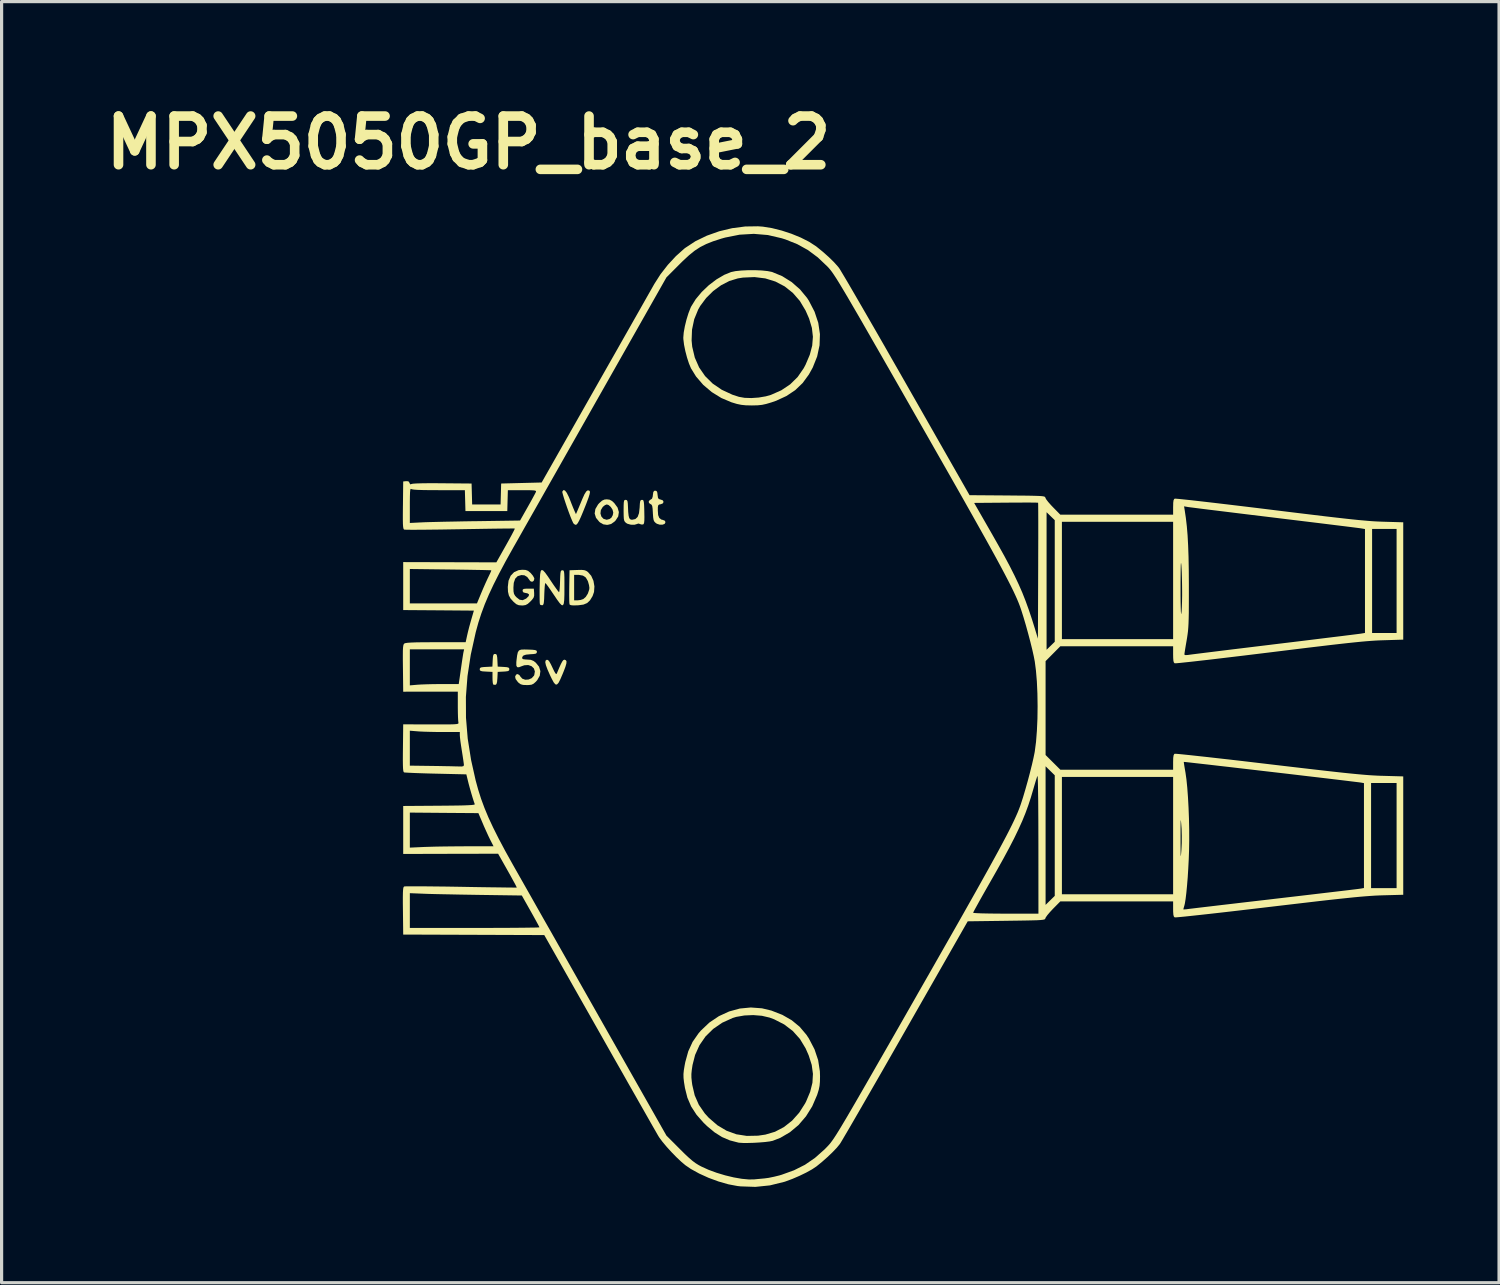
<source format=kicad_pcb>
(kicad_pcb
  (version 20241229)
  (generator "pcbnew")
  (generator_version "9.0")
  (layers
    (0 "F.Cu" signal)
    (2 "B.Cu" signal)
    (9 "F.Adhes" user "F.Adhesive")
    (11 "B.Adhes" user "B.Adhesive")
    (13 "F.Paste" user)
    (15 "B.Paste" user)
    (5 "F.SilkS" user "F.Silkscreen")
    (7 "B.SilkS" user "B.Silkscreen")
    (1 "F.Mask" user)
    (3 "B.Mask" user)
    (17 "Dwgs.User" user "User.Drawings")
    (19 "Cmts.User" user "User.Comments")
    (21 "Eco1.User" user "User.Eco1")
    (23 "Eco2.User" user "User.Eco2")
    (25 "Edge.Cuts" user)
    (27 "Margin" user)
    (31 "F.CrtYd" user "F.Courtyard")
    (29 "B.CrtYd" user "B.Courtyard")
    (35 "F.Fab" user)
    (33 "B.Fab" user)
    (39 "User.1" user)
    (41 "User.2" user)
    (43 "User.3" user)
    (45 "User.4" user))
  (footprint "MPX5050GP_base_2"
    (layer "F.Cu")
    (at 24.319 19.198)
    (property "Reference" "MPX5050GP_base_2" (at -12.7 -17.78 0) (layer "F.SilkS") (effects (font (size 1.524 1.524) (thickness 0.3))))
    (attr board_only exclude_from_pos_files exclude_from_bom)
    (fp_poly (pts (xy -9.69 -1.592) (xy -9.649 -1.574) (xy -9.631 -1.537) (xy -9.637 -1.471) (xy -9.667 -1.367) (xy -9.724 -1.218) (xy -9.752 -1.149) (xy -9.825 -0.979) (xy -9.883 -0.867) (xy -9.933 -0.815) (xy -9.981 -0.821) (xy -10.034 -0.884) (xy -10.098 -1.004) (xy -10.148 -1.108) (xy -10.228 -1.289) (xy -10.277 -1.421) (xy -10.296 -1.511) (xy -10.287 -1.565) (xy -10.251 -1.59) (xy -10.247 -1.591) (xy -10.211 -1.583) (xy -10.172 -1.539) (xy -10.121 -1.449) (xy -10.075 -1.352) (xy -10.018 -1.233) (xy -9.979 -1.166) (xy -9.954 -1.143) (xy -9.936 -1.158) (xy -9.933 -1.166) (xy -9.861 -1.338) (xy -9.807 -1.458) (xy -9.766 -1.535) (xy -9.734 -1.577) (xy -9.707 -1.592)) (stroke (width 0) (type solid)) (fill yes) (layer "F.SilkS"))
    (fp_poly (pts (xy -11.834 -1.766) (xy -11.813 -1.733) (xy -11.801 -1.662) (xy -11.796 -1.575) (xy -11.786 -1.377) (xy -11.604 -1.367) (xy -11.5 -1.359) (xy -11.445 -1.344) (xy -11.424 -1.316) (xy -11.422 -1.294) (xy -11.43 -1.257) (xy -11.465 -1.236) (xy -11.541 -1.225) (xy -11.604 -1.221) (xy -11.786 -1.211) (xy -11.796 -1.013) (xy -11.806 -0.895) (xy -11.825 -0.83) (xy -11.855 -0.806) (xy -11.855 -0.806) (xy -11.912 -0.81) (xy -11.927 -0.819) (xy -11.939 -0.861) (xy -11.947 -0.946) (xy -11.949 -1.026) (xy -11.949 -1.211) (xy -12.149 -1.221) (xy -12.259 -1.228) (xy -12.319 -1.241) (xy -12.344 -1.265) (xy -12.349 -1.294) (xy -12.341 -1.33) (xy -12.309 -1.351) (xy -12.237 -1.362) (xy -12.15 -1.367) (xy -11.952 -1.377) (xy -11.943 -1.575) (xy -11.935 -1.685) (xy -11.922 -1.745) (xy -11.898 -1.769) (xy -11.869 -1.773)) (stroke (width 0) (type solid)) (fill yes) (layer "F.SilkS"))
    (fp_poly (pts (xy -8.283 -6.603) (xy -8.207 -6.562) (xy -8.136 -6.496) (xy -8.033 -6.356) (xy -7.992 -6.215) (xy -8.013 -6.078) (xy -8.096 -5.95) (xy -8.135 -5.912) (xy -8.236 -5.842) (xy -8.339 -5.816) (xy -8.371 -5.815) (xy -8.48 -5.831) (xy -8.579 -5.888) (xy -8.607 -5.912) (xy -8.709 -6.036) (xy -8.75 -6.171) (xy -8.75 -6.171) (xy -8.569 -6.171) (xy -8.54 -6.075) (xy -8.474 -6.004) (xy -8.377 -5.975) (xy -8.371 -5.975) (xy -8.284 -5.998) (xy -8.227 -6.039) (xy -8.183 -6.119) (xy -8.168 -6.199) (xy -8.19 -6.289) (xy -8.245 -6.375) (xy -8.315 -6.436) (xy -8.371 -6.454) (xy -8.428 -6.432) (xy -8.494 -6.379) (xy -8.498 -6.374) (xy -8.557 -6.276) (xy -8.569 -6.171) (xy -8.75 -6.171) (xy -8.728 -6.311) (xy -8.645 -6.452) (xy -8.606 -6.496) (xy -8.521 -6.572) (xy -8.445 -6.607) (xy -8.371 -6.614)) (stroke (width 0) (type solid)) (fill yes) (layer "F.SilkS"))
    (fp_poly (pts (xy -9.68 -6.89) (xy -9.623 -6.817) (xy -9.559 -6.689) (xy -9.528 -6.613) (xy -9.476 -6.479) (xy -9.427 -6.357) (xy -9.389 -6.267) (xy -9.38 -6.246) (xy -9.336 -6.15) (xy -9.288 -6.262) (xy -9.253 -6.345) (xy -9.203 -6.465) (xy -9.148 -6.597) (xy -9.137 -6.624) (xy -9.07 -6.772) (xy -9.013 -6.862) (xy -8.964 -6.897) (xy -8.916 -6.883) (xy -8.906 -6.874) (xy -8.897 -6.84) (xy -8.91 -6.771) (xy -8.945 -6.659) (xy -9.005 -6.498) (xy -9.025 -6.446) (xy -9.112 -6.229) (xy -9.181 -6.064) (xy -9.235 -5.948) (xy -9.278 -5.871) (xy -9.312 -5.829) (xy -9.341 -5.815) (xy -9.345 -5.815) (xy -9.396 -5.84) (xy -9.422 -5.873) (xy -9.459 -5.953) (xy -9.507 -6.069) (xy -9.56 -6.21) (xy -9.615 -6.363) (xy -9.667 -6.515) (xy -9.712 -6.653) (xy -9.745 -6.765) (xy -9.763 -6.837) (xy -9.763 -6.857) (xy -9.727 -6.904)) (stroke (width 0) (type solid)) (fill yes) (layer "F.SilkS"))
    (fp_poly (pts (xy -9.078 -4.397) (xy -9.017 -4.376) (xy -8.964 -4.341) (xy -8.858 -4.22) (xy -8.788 -4.063) (xy -8.758 -3.888) (xy -8.77 -3.714) (xy -8.815 -3.585) (xy -8.896 -3.452) (xy -8.985 -3.367) (xy -9.1 -3.319) (xy -9.257 -3.297) (xy -9.283 -3.296) (xy -9.413 -3.292) (xy -9.492 -3.299) (xy -9.531 -3.317) (xy -9.537 -3.329) (xy -9.543 -3.375) (xy -9.546 -3.451) (xy -9.393 -3.451) (xy -9.289 -3.451) (xy -9.188 -3.464) (xy -9.106 -3.492) (xy -9.028 -3.56) (xy -8.962 -3.666) (xy -8.922 -3.786) (xy -8.915 -3.841) (xy -8.927 -3.927) (xy -8.956 -4.032) (xy -8.966 -4.059) (xy -9.028 -4.166) (xy -9.117 -4.226) (xy -9.246 -4.249) (xy -9.283 -4.249) (xy -9.393 -4.249) (xy -9.393 -3.451) (xy -9.546 -3.451) (xy -9.546 -3.472) (xy -9.548 -3.61) (xy -9.547 -3.776) (xy -9.546 -3.883) (xy -9.537 -4.393) (xy -9.295 -4.402) (xy -9.165 -4.405)) (stroke (width 0) (type solid)) (fill yes) (layer "F.SilkS"))
    (fp_poly (pts (xy -6.811 -6.873) (xy -6.789 -6.827) (xy -6.78 -6.751) (xy -6.768 -6.665) (xy -6.743 -6.624) (xy -6.691 -6.608) (xy -6.684 -6.608) (xy -6.614 -6.58) (xy -6.593 -6.531) (xy -6.62 -6.484) (xy -6.685 -6.46) (xy -6.735 -6.45) (xy -6.761 -6.425) (xy -6.772 -6.368) (xy -6.773 -6.266) (xy -6.763 -6.122) (xy -6.727 -6.03) (xy -6.663 -5.981) (xy -6.614 -5.969) (xy -6.549 -5.941) (xy -6.534 -5.895) (xy -6.56 -5.845) (xy -6.627 -5.82) (xy -6.714 -5.821) (xy -6.801 -5.849) (xy -6.839 -5.874) (xy -6.879 -5.913) (xy -6.904 -5.964) (xy -6.918 -6.043) (xy -6.927 -6.166) (xy -6.928 -6.192) (xy -6.936 -6.322) (xy -6.948 -6.402) (xy -6.967 -6.444) (xy -6.996 -6.463) (xy -7 -6.464) (xy -7.051 -6.501) (xy -7.056 -6.555) (xy -7.015 -6.598) (xy -6.999 -6.604) (xy -6.955 -6.634) (xy -6.932 -6.704) (xy -6.927 -6.753) (xy -6.915 -6.839) (xy -6.889 -6.878) (xy -6.853 -6.885)) (stroke (width 0) (type solid)) (fill yes) (layer "F.SilkS"))
    (fp_poly (pts (xy -7.241 -6.593) (xy -7.223 -6.574) (xy -7.211 -6.528) (xy -7.203 -6.446) (xy -7.198 -6.316) (xy -7.196 -6.222) (xy -7.193 -6.057) (xy -7.195 -5.946) (xy -7.203 -5.877) (xy -7.217 -5.841) (xy -7.236 -5.827) (xy -7.302 -5.828) (xy -7.326 -5.841) (xy -7.388 -5.857) (xy -7.413 -5.845) (xy -7.504 -5.818) (xy -7.619 -5.82) (xy -7.726 -5.85) (xy -7.768 -5.876) (xy -7.802 -5.908) (xy -7.824 -5.946) (xy -7.837 -6.006) (xy -7.842 -6.099) (xy -7.844 -6.24) (xy -7.844 -6.267) (xy -7.843 -6.416) (xy -7.839 -6.511) (xy -7.83 -6.566) (xy -7.813 -6.591) (xy -7.786 -6.598) (xy -7.78 -6.598) (xy -7.745 -6.59) (xy -7.724 -6.56) (xy -7.713 -6.491) (xy -7.708 -6.39) (xy -7.7 -6.219) (xy -7.687 -6.101) (xy -7.668 -6.028) (xy -7.639 -5.99) (xy -7.597 -5.976) (xy -7.576 -5.975) (xy -7.476 -5.996) (xy -7.405 -6.063) (xy -7.362 -6.181) (xy -7.342 -6.355) (xy -7.342 -6.358) (xy -7.335 -6.481) (xy -7.325 -6.553) (xy -7.307 -6.587) (xy -7.277 -6.597) (xy -7.269 -6.598)) (stroke (width 0) (type solid)) (fill yes) (layer "F.SilkS"))
    (fp_poly (pts (xy -10.911 -4.403) (xy -10.836 -4.375) (xy -10.762 -4.314) (xy -10.748 -4.3) (xy -10.683 -4.222) (xy -10.644 -4.149) (xy -10.639 -4.124) (xy -10.661 -4.059) (xy -10.71 -4.032) (xy -10.763 -4.051) (xy -10.781 -4.073) (xy -10.861 -4.182) (xy -10.948 -4.235) (xy -11.045 -4.243) (xy -11.161 -4.209) (xy -11.239 -4.129) (xy -11.283 -3.999) (xy -11.294 -3.85) (xy -11.291 -3.732) (xy -11.276 -3.655) (xy -11.242 -3.596) (xy -11.2 -3.549) (xy -11.101 -3.471) (xy -11.004 -3.456) (xy -10.902 -3.503) (xy -10.883 -3.517) (xy -10.815 -3.587) (xy -10.806 -3.64) (xy -10.857 -3.672) (xy -10.903 -3.68) (xy -10.978 -3.698) (xy -11.005 -3.737) (xy -11.007 -3.754) (xy -10.999 -3.791) (xy -10.966 -3.81) (xy -10.893 -3.817) (xy -10.831 -3.818) (xy -10.655 -3.818) (xy -10.645 -3.68) (xy -10.645 -3.595) (xy -10.665 -3.53) (xy -10.717 -3.463) (xy -10.761 -3.417) (xy -10.844 -3.341) (xy -10.914 -3.304) (xy -10.996 -3.291) (xy -11.03 -3.291) (xy -11.127 -3.299) (xy -11.203 -3.331) (xy -11.285 -3.4) (xy -11.291 -3.406) (xy -11.383 -3.507) (xy -11.437 -3.605) (xy -11.464 -3.722) (xy -11.47 -3.87) (xy -11.447 -4.066) (xy -11.38 -4.222) (xy -11.273 -4.334) (xy -11.131 -4.397) (xy -11.017 -4.409)) (stroke (width 0) (type solid)) (fill yes) (layer "F.SilkS"))
    (fp_poly (pts (xy -10.365 -4.388) (xy -10.301 -4.319) (xy -10.213 -4.197) (xy -10.122 -4.06) (xy -10.034 -3.93) (xy -9.957 -3.821) (xy -9.9 -3.744) (xy -9.868 -3.708) (xy -9.866 -3.707) (xy -9.855 -3.736) (xy -9.846 -3.817) (xy -9.838 -3.935) (xy -9.834 -4.05) (xy -9.829 -4.201) (xy -9.822 -4.301) (xy -9.812 -4.358) (xy -9.795 -4.385) (xy -9.769 -4.393) (xy -9.761 -4.393) (xy -9.737 -4.39) (xy -9.721 -4.376) (xy -9.709 -4.341) (xy -9.702 -4.276) (xy -9.698 -4.173) (xy -9.697 -4.023) (xy -9.697 -3.85) (xy -9.698 -3.622) (xy -9.704 -3.455) (xy -9.718 -3.348) (xy -9.744 -3.298) (xy -9.786 -3.304) (xy -9.845 -3.363) (xy -9.927 -3.474) (xy -10.034 -3.633) (xy -10.039 -3.639) (xy -10.127 -3.77) (xy -10.203 -3.879) (xy -10.26 -3.956) (xy -10.292 -3.992) (xy -10.295 -3.993) (xy -10.305 -3.963) (xy -10.314 -3.883) (xy -10.322 -3.765) (xy -10.327 -3.651) (xy -10.332 -3.497) (xy -10.34 -3.395) (xy -10.351 -3.336) (xy -10.37 -3.306) (xy -10.392 -3.297) (xy -10.447 -3.308) (xy -10.464 -3.33) (xy -10.47 -3.375) (xy -10.473 -3.473) (xy -10.474 -3.61) (xy -10.474 -3.776) (xy -10.472 -3.883) (xy -10.467 -4.104) (xy -10.458 -4.263) (xy -10.44 -4.362) (xy -10.41 -4.403)) (stroke (width 0) (type solid)) (fill yes) (layer "F.SilkS"))
    (fp_poly (pts (xy -10.839 -1.91) (xy -10.705 -1.905) (xy -10.622 -1.896) (xy -10.578 -1.882) (xy -10.561 -1.859) (xy -10.559 -1.837) (xy -10.567 -1.802) (xy -10.598 -1.781) (xy -10.667 -1.77) (xy -10.766 -1.764) (xy -10.899 -1.751) (xy -10.978 -1.725) (xy -11.016 -1.68) (xy -11.022 -1.637) (xy -10.992 -1.61) (xy -10.9 -1.598) (xy -10.864 -1.597) (xy -10.752 -1.589) (xy -10.668 -1.556) (xy -10.593 -1.499) (xy -10.492 -1.374) (xy -10.45 -1.236) (xy -10.469 -1.092) (xy -10.548 -0.953) (xy -10.59 -0.905) (xy -10.66 -0.843) (xy -10.724 -0.811) (xy -10.811 -0.8) (xy -10.878 -0.799) (xy -10.99 -0.803) (xy -11.064 -0.823) (xy -11.126 -0.866) (xy -11.155 -0.894) (xy -11.225 -0.988) (xy -11.241 -1.062) (xy -11.21 -1.127) (xy -11.158 -1.143) (xy -11.103 -1.107) (xy -11.082 -1.073) (xy -11.018 -1) (xy -10.925 -0.966) (xy -10.82 -0.972) (xy -10.723 -1.014) (xy -10.651 -1.092) (xy -10.641 -1.113) (xy -10.622 -1.226) (xy -10.654 -1.321) (xy -10.727 -1.39) (xy -10.83 -1.426) (xy -10.952 -1.419) (xy -11.031 -1.391) (xy -11.123 -1.356) (xy -11.178 -1.36) (xy -11.203 -1.411) (xy -11.203 -1.514) (xy -11.197 -1.577) (xy -11.178 -1.728) (xy -11.156 -1.826) (xy -11.119 -1.883) (xy -11.056 -1.908) (xy -10.954 -1.913)) (stroke (width 0) (type solid)) (fill yes) (layer "F.SilkS"))
    (fp_poly (pts (xy -3.512 9.322) (xy -3.219 9.392) (xy -2.874 9.527) (xy -2.581 9.695) (xy -2.332 9.9) (xy -2.122 10.148) (xy -2.043 10.267) (xy -1.867 10.605) (xy -1.753 10.945) (xy -1.699 11.294) (xy -1.694 11.446) (xy -1.697 11.617) (xy -1.709 11.75) (xy -1.734 11.871) (xy -1.776 12.007) (xy -1.787 12.04) (xy -1.938 12.39) (xy -2.134 12.704) (xy -2.368 12.977) (xy -2.637 13.202) (xy -2.936 13.377) (xy -3.175 13.47) (xy -3.27 13.49) (xy -3.412 13.508) (xy -3.583 13.522) (xy -3.766 13.533) (xy -3.945 13.538) (xy -4.101 13.538) (xy -4.219 13.531) (xy -4.249 13.527) (xy -4.518 13.457) (xy -4.762 13.353) (xy -4.994 13.207) (xy -5.229 13.012) (xy -5.337 12.908) (xy -5.561 12.654) (xy -5.729 12.396) (xy -5.847 12.12) (xy -5.924 11.813) (xy -5.925 11.805) (xy -5.953 11.633) (xy -5.968 11.5) (xy -5.97 11.382) (xy -5.97 11.38) (xy -5.722 11.38) (xy -5.721 11.495) (xy -5.707 11.628) (xy -5.694 11.722) (xy -5.618 12.047) (xy -5.489 12.342) (xy -5.302 12.613) (xy -5.176 12.751) (xy -4.908 12.983) (xy -4.622 13.154) (xy -4.315 13.266) (xy -3.987 13.317) (xy -3.635 13.31) (xy -3.404 13.276) (xy -3.104 13.187) (xy -2.824 13.04) (xy -2.57 12.84) (xy -2.347 12.591) (xy -2.161 12.299) (xy -2.129 12.237) (xy -2.003 11.936) (xy -1.932 11.653) (xy -1.916 11.375) (xy -1.954 11.094) (xy -2.048 10.798) (xy -2.146 10.575) (xy -2.324 10.281) (xy -2.547 10.032) (xy -2.816 9.827) (xy -3.13 9.666) (xy -3.275 9.612) (xy -3.515 9.556) (xy -3.786 9.534) (xy -4.062 9.546) (xy -4.319 9.591) (xy -4.43 9.625) (xy -4.756 9.773) (xy -5.039 9.967) (xy -5.278 10.202) (xy -5.468 10.476) (xy -5.606 10.783) (xy -5.686 11.096) (xy -5.71 11.256) (xy -5.722 11.38) (xy -5.97 11.38) (xy -5.958 11.259) (xy -5.933 11.109) (xy -5.912 11.002) (xy -5.82 10.669) (xy -5.685 10.374) (xy -5.498 10.105) (xy -5.426 10.021) (xy -5.159 9.768) (xy -4.861 9.568) (xy -4.541 9.421) (xy -4.205 9.329) (xy -3.86 9.296)) (stroke (width 0) (type solid)) (fill yes) (layer "F.SilkS"))
    (fp_poly (pts (xy -3.52 -13.78) (xy -3.337 -13.761) (xy -3.197 -13.733) (xy -3.192 -13.731) (xy -2.879 -13.602) (xy -2.585 -13.418) (xy -2.322 -13.188) (xy -2.101 -12.921) (xy -2.044 -12.833) (xy -1.865 -12.488) (xy -1.749 -12.139) (xy -1.697 -11.788) (xy -1.709 -11.437) (xy -1.784 -11.087) (xy -1.923 -10.739) (xy -2.043 -10.523) (xy -2.238 -10.256) (xy -2.47 -10.033) (xy -2.744 -9.85) (xy -3.066 -9.701) (xy -3.219 -9.648) (xy -3.378 -9.601) (xy -3.511 -9.572) (xy -3.646 -9.558) (xy -3.813 -9.554) (xy -3.842 -9.554) (xy -4.019 -9.558) (xy -4.161 -9.573) (xy -4.297 -9.601) (xy -4.456 -9.649) (xy -4.461 -9.65) (xy -4.783 -9.786) (xy -5.083 -9.971) (xy -5.351 -10.198) (xy -5.576 -10.459) (xy -5.735 -10.717) (xy -5.798 -10.867) (xy -5.859 -11.055) (xy -5.912 -11.258) (xy -5.952 -11.455) (xy -5.968 -11.588) (xy -5.715 -11.588) (xy -5.696 -11.392) (xy -5.615 -11.051) (xy -5.48 -10.744) (xy -5.293 -10.473) (xy -5.056 -10.239) (xy -4.77 -10.044) (xy -4.438 -9.89) (xy -4.233 -9.823) (xy -4.056 -9.792) (xy -3.843 -9.785) (xy -3.614 -9.801) (xy -3.391 -9.839) (xy -3.233 -9.884) (xy -2.908 -10.027) (xy -2.629 -10.214) (xy -2.395 -10.444) (xy -2.204 -10.721) (xy -2.146 -10.831) (xy -2.015 -11.14) (xy -1.939 -11.427) (xy -1.917 -11.704) (xy -1.949 -11.982) (xy -2.036 -12.273) (xy -2.146 -12.524) (xy -2.326 -12.825) (xy -2.546 -13.078) (xy -2.803 -13.282) (xy -3.091 -13.433) (xy -3.407 -13.531) (xy -3.747 -13.573) (xy -4.106 -13.557) (xy -4.268 -13.531) (xy -4.532 -13.451) (xy -4.793 -13.316) (xy -5.04 -13.135) (xy -5.26 -12.917) (xy -5.443 -12.672) (xy -5.508 -12.559) (xy -5.633 -12.254) (xy -5.702 -11.927) (xy -5.715 -11.588) (xy -5.968 -11.588) (xy -5.973 -11.624) (xy -5.975 -11.678) (xy -5.962 -11.836) (xy -5.927 -12.03) (xy -5.876 -12.239) (xy -5.814 -12.44) (xy -5.747 -12.612) (xy -5.728 -12.652) (xy -5.586 -12.881) (xy -5.398 -13.106) (xy -5.178 -13.316) (xy -4.938 -13.499) (xy -4.693 -13.643) (xy -4.479 -13.73) (xy -4.342 -13.759) (xy -4.159 -13.778) (xy -3.95 -13.788) (xy -3.731 -13.789)) (stroke (width 0) (type solid)) (fill yes) (layer "F.SilkS"))
    (fp_poly (pts (xy -3.485 -15.152) (xy -3.199 -15.106) (xy -2.896 -15.03) (xy -2.591 -14.93) (xy -2.3 -14.811) (xy -2.039 -14.679) (xy -1.825 -14.541) (xy -1.806 -14.527) (xy -1.608 -14.366) (xy -1.421 -14.2) (xy -1.258 -14.041) (xy -1.133 -13.901) (xy -1.105 -13.866) (xy -1.072 -13.817) (xy -1.011 -13.715) (xy -0.921 -13.565) (xy -0.806 -13.37) (xy -0.668 -13.133) (xy -0.509 -12.859) (xy -0.331 -12.551) (xy -0.135 -12.212) (xy 0.076 -11.846) (xy 0.3 -11.456) (xy 0.534 -11.046) (xy 0.778 -10.62) (xy 1.008 -10.217) (xy 2.987 -6.744) (xy 4.169 -6.735) (xy 4.475 -6.732) (xy 4.723 -6.73) (xy 4.919 -6.727) (xy 5.07 -6.723) (xy 5.181 -6.719) (xy 5.259 -6.713) (xy 5.31 -6.705) (xy 5.34 -6.695) (xy 5.355 -6.682) (xy 5.361 -6.666) (xy 5.362 -6.662) (xy 5.388 -6.613) (xy 5.45 -6.532) (xy 5.537 -6.433) (xy 5.601 -6.366) (xy 5.829 -6.134) (xy 9.361 -6.134) (xy 9.361 -6.375) (xy 9.362 -6.395) (xy 9.704 -6.395) (xy 9.724 -6.272) (xy 9.76 -6.031) (xy 9.79 -5.772) (xy 9.814 -5.487) (xy 9.831 -5.17) (xy 9.844 -4.813) (xy 9.851 -4.409) (xy 9.854 -3.949) (xy 9.854 -3.866) (xy 9.854 -3.542) (xy 9.853 -3.274) (xy 9.852 -3.054) (xy 9.848 -2.873) (xy 9.843 -2.724) (xy 9.836 -2.6) (xy 9.827 -2.49) (xy 9.814 -2.389) (xy 9.799 -2.287) (xy 9.784 -2.196) (xy 9.757 -2.04) (xy 9.735 -1.907) (xy 9.72 -1.808) (xy 9.713 -1.758) (xy 9.713 -1.755) (xy 9.74 -1.737) (xy 9.812 -1.74) (xy 9.817 -1.74) (xy 9.864 -1.747) (xy 9.969 -1.761) (xy 10.129 -1.781) (xy 10.337 -1.807) (xy 10.588 -1.838) (xy 10.879 -1.874) (xy 11.203 -1.914) (xy 11.557 -1.957) (xy 11.934 -2.003) (xy 12.331 -2.051) (xy 12.54 -2.077) (xy 12.945 -2.126) (xy 13.333 -2.173) (xy 13.699 -2.218) (xy 14.039 -2.26) (xy 14.348 -2.298) (xy 14.62 -2.331) (xy 14.851 -2.36) (xy 15.036 -2.383) (xy 15.17 -2.4) (xy 15.247 -2.41) (xy 15.264 -2.413) (xy 15.351 -2.428) (xy 15.591 -2.428) (xy 16.358 -2.428) (xy 16.358 -5.687) (xy 15.591 -5.687) (xy 15.591 -2.428) (xy 15.351 -2.428) (xy 15.368 -2.431) (xy 15.368 -5.684) (xy 15.264 -5.702) (xy 15.217 -5.709) (xy 15.111 -5.723) (xy 14.952 -5.743) (xy 14.744 -5.769) (xy 14.492 -5.8) (xy 14.202 -5.836) (xy 13.877 -5.876) (xy 13.524 -5.919) (xy 13.146 -5.965) (xy 12.75 -6.013) (xy 12.54 -6.039) (xy 12.136 -6.088) (xy 11.747 -6.135) (xy 11.381 -6.18) (xy 11.04 -6.222) (xy 10.731 -6.26) (xy 10.459 -6.293) (xy 10.227 -6.322) (xy 10.042 -6.346) (xy 9.907 -6.363) (xy 9.829 -6.373) (xy 9.812 -6.376) (xy 9.704 -6.395) (xy 9.362 -6.395) (xy 9.364 -6.505) (xy 9.374 -6.583) (xy 9.395 -6.624) (xy 9.412 -6.635) (xy 9.451 -6.634) (xy 9.548 -6.626) (xy 9.7 -6.61) (xy 9.902 -6.589) (xy 10.148 -6.561) (xy 10.436 -6.528) (xy 10.76 -6.49) (xy 11.116 -6.448) (xy 11.499 -6.402) (xy 11.905 -6.353) (xy 12.329 -6.301) (xy 12.392 -6.293) (xy 12.911 -6.229) (xy 13.371 -6.173) (xy 13.777 -6.124) (xy 14.133 -6.081) (xy 14.445 -6.045) (xy 14.717 -6.014) (xy 14.953 -5.988) (xy 15.158 -5.967) (xy 15.337 -5.951) (xy 15.494 -5.937) (xy 15.634 -5.927) (xy 15.762 -5.92) (xy 15.882 -5.915) (xy 15.943 -5.913) (xy 16.566 -5.895) (xy 16.566 -2.221) (xy 15.943 -2.202) (xy 15.825 -2.198) (xy 15.701 -2.192) (xy 15.568 -2.183) (xy 15.42 -2.172) (xy 15.253 -2.157) (xy 15.062 -2.138) (xy 14.842 -2.115) (xy 14.59 -2.087) (xy 14.299 -2.054) (xy 13.966 -2.014) (xy 13.586 -1.969) (xy 13.155 -1.916) (xy 12.666 -1.856) (xy 12.392 -1.822) (xy 11.965 -1.77) (xy 11.557 -1.72) (xy 11.17 -1.674) (xy 10.81 -1.631) (xy 10.481 -1.592) (xy 10.188 -1.559) (xy 9.935 -1.53) (xy 9.726 -1.508) (xy 9.567 -1.491) (xy 9.461 -1.482) (xy 9.414 -1.48) (xy 9.412 -1.48) (xy 9.386 -1.503) (xy 9.37 -1.555) (xy 9.363 -1.648) (xy 9.361 -1.756) (xy 9.361 -2.013) (xy 5.829 -2.013) (xy 5.598 -1.78) (xy 5.368 -1.548) (xy 5.368 1.391) (xy 5.6 1.622) (xy 5.832 1.853) (xy 9.361 1.853) (xy 9.361 1.612) (xy 9.364 1.482) (xy 9.375 1.404) (xy 9.395 1.363) (xy 9.412 1.352) (xy 9.45 1.353) (xy 9.548 1.361) (xy 9.699 1.376) (xy 9.901 1.397) (xy 10.148 1.424) (xy 10.435 1.455) (xy 10.759 1.492) (xy 11.115 1.532) (xy 11.497 1.576) (xy 11.903 1.624) (xy 12.326 1.674) (xy 12.375 1.68) (xy 12.893 1.741) (xy 13.353 1.795) (xy 13.758 1.842) (xy 14.115 1.883) (xy 14.426 1.918) (xy 14.698 1.948) (xy 14.934 1.972) (xy 15.14 1.992) (xy 15.319 2.008) (xy 15.478 2.021) (xy 15.62 2.03) (xy 15.75 2.037) (xy 15.873 2.042) (xy 15.927 2.043) (xy 16.566 2.061) (xy 16.566 5.767) (xy 15.927 5.784) (xy 15.805 5.788) (xy 15.679 5.794) (xy 15.543 5.803) (xy 15.392 5.814) (xy 15.222 5.828) (xy 15.029 5.846) (xy 14.807 5.869) (xy 14.551 5.896) (xy 14.258 5.928) (xy 13.922 5.966) (xy 13.539 6.011) (xy 13.104 6.062) (xy 12.612 6.12) (xy 12.375 6.148) (xy 11.95 6.198) (xy 11.542 6.246) (xy 11.157 6.291) (xy 10.798 6.332) (xy 10.47 6.369) (xy 10.178 6.401) (xy 9.927 6.428) (xy 9.72 6.45) (xy 9.562 6.465) (xy 9.458 6.474) (xy 9.413 6.475) (xy 9.412 6.475) (xy 9.385 6.451) (xy 9.369 6.395) (xy 9.362 6.296) (xy 9.361 6.224) (xy 9.681 6.224) (xy 9.709 6.226) (xy 9.78 6.22) (xy 9.817 6.215) (xy 9.869 6.208) (xy 9.98 6.195) (xy 10.144 6.175) (xy 10.356 6.15) (xy 10.612 6.12) (xy 10.906 6.085) (xy 11.234 6.047) (xy 11.589 6.005) (xy 11.968 5.961) (xy 12.365 5.915) (xy 12.54 5.894) (xy 12.942 5.847) (xy 13.328 5.802) (xy 13.692 5.759) (xy 14.029 5.719) (xy 14.335 5.683) (xy 14.605 5.651) (xy 14.833 5.624) (xy 15.014 5.602) (xy 15.145 5.586) (xy 15.218 5.576) (xy 15.232 5.574) (xy 15.319 5.559) (xy 15.559 5.559) (xy 16.358 5.559) (xy 16.358 2.268) (xy 15.559 2.268) (xy 15.559 5.559) (xy 15.319 5.559) (xy 15.336 5.556) (xy 15.336 2.271) (xy 15.232 2.253) (xy 15.181 2.246) (xy 15.074 2.233) (xy 14.917 2.214) (xy 14.714 2.189) (xy 14.472 2.16) (xy 14.197 2.127) (xy 13.892 2.091) (xy 13.565 2.053) (xy 13.221 2.012) (xy 12.865 1.97) (xy 12.503 1.928) (xy 12.141 1.886) (xy 11.783 1.844) (xy 11.436 1.804) (xy 11.105 1.765) (xy 10.795 1.73) (xy 10.513 1.697) (xy 10.264 1.669) (xy 10.052 1.645) (xy 9.885 1.626) (xy 9.767 1.613) (xy 9.704 1.607) (xy 9.695 1.607) (xy 9.698 1.639) (xy 9.71 1.721) (xy 9.73 1.839) (xy 9.749 1.949) (xy 9.778 2.155) (xy 9.804 2.413) (xy 9.826 2.711) (xy 9.844 3.037) (xy 9.857 3.38) (xy 9.864 3.727) (xy 9.865 4.067) (xy 9.86 4.377) (xy 9.85 4.661) (xy 9.835 4.946) (xy 9.818 5.222) (xy 9.797 5.478) (xy 9.775 5.707) (xy 9.752 5.897) (xy 9.729 6.039) (xy 9.714 6.102) (xy 9.692 6.178) (xy 9.681 6.221) (xy 9.681 6.224) (xy 9.361 6.224) (xy 9.361 6.215) (xy 9.361 5.975) (xy 5.829 5.975) (xy 5.601 6.206) (xy 5.504 6.31) (xy 5.424 6.404) (xy 5.374 6.475) (xy 5.362 6.502) (xy 5.357 6.518) (xy 5.345 6.532) (xy 5.32 6.542) (xy 5.276 6.551) (xy 5.206 6.558) (xy 5.105 6.564) (xy 4.966 6.568) (xy 4.784 6.572) (xy 4.552 6.576) (xy 4.265 6.58) (xy 4.14 6.582) (xy 2.93 6.598) (xy 0.988 10) (xy 0.74 10.434) (xy 0.5 10.854) (xy 0.269 11.258) (xy 0.049 11.641) (xy -0.158 12) (xy -0.349 12.331) (xy -0.522 12.631) (xy -0.676 12.897) (xy -0.808 13.124) (xy -0.917 13.309) (xy -0.999 13.449) (xy -1.054 13.54) (xy -1.076 13.574) (xy -1.169 13.688) (xy -1.302 13.827) (xy -1.461 13.979) (xy -1.634 14.132) (xy -1.806 14.272) (xy -1.944 14.364) (xy -2.126 14.465) (xy -2.337 14.567) (xy -2.557 14.662) (xy -2.772 14.742) (xy -2.815 14.756) (xy -3.263 14.866) (xy -3.717 14.913) (xy -4.18 14.897) (xy -4.279 14.886) (xy -4.565 14.832) (xy -4.872 14.744) (xy -5.182 14.63) (xy -5.477 14.496) (xy -5.74 14.351) (xy -5.911 14.234) (xy -6.042 14.123) (xy -6.192 13.981) (xy -6.348 13.821) (xy -6.497 13.657) (xy -6.627 13.502) (xy -6.725 13.37) (xy -6.753 13.326) (xy -6.783 13.275) (xy -6.842 13.171) (xy -6.929 13.02) (xy -7.04 12.825) (xy -7.174 12.589) (xy -7.329 12.317) (xy -7.502 12.012) (xy -7.692 11.679) (xy -7.895 11.32) (xy -8.111 10.941) (xy -8.336 10.544) (xy -8.568 10.134) (xy -8.594 10.088) (xy -10.328 7.029) (xy -12.537 7.021) (xy -14.745 7.013) (xy -14.753 6.269) (xy -14.756 6.029) (xy -14.756 5.845) (xy -14.754 5.717) (xy -14.537 5.717) (xy -14.537 6.805) (xy -12.508 6.805) (xy -12.155 6.805) (xy -11.821 6.804) (xy -11.512 6.803) (xy -11.233 6.801) (xy -10.99 6.799) (xy -10.788 6.796) (xy -10.632 6.794) (xy -10.528 6.791) (xy -10.482 6.787) (xy -10.479 6.787) (xy -10.494 6.754) (xy -10.536 6.675) (xy -10.599 6.559) (xy -10.678 6.416) (xy -10.755 6.279) (xy -11.031 5.79) (xy -12.361 5.771) (xy -12.666 5.766) (xy -12.968 5.761) (xy -13.257 5.755) (xy -13.524 5.75) (xy -13.758 5.745) (xy -13.95 5.74) (xy -14.09 5.735) (xy -14.114 5.734) (xy -14.537 5.717) (xy -14.754 5.717) (xy -14.754 5.71) (xy -14.749 5.616) (xy -14.742 5.556) (xy -14.73 5.523) (xy -14.715 5.508) (xy -14.713 5.507) (xy -14.673 5.504) (xy -14.575 5.502) (xy -14.425 5.502) (xy -14.229 5.502) (xy -13.993 5.504) (xy -13.724 5.507) (xy -13.426 5.51) (xy -13.108 5.515) (xy -12.931 5.518) (xy -12.605 5.524) (xy -12.298 5.529) (xy -12.017 5.533) (xy -11.767 5.536) (xy -11.555 5.539) (xy -11.385 5.541) (xy -11.265 5.542) (xy -11.199 5.542) (xy -11.189 5.541) (xy -11.201 5.513) (xy -11.239 5.437) (xy -11.301 5.324) (xy -11.379 5.181) (xy -11.471 5.017) (xy -11.476 5.008) (xy -11.773 4.482) (xy -13.259 4.485) (xy -14.745 4.489) (xy -14.745 3.194) (xy -14.537 3.194) (xy -14.537 4.291) (xy -14.082 4.27) (xy -13.919 4.265) (xy -13.708 4.259) (xy -13.464 4.255) (xy -13.202 4.252) (xy -12.936 4.25) (xy -12.771 4.249) (xy -11.916 4.249) (xy -12.018 4.05) (xy -12.076 3.931) (xy -12.146 3.778) (xy -12.219 3.615) (xy -12.255 3.53) (xy -12.391 3.211) (xy -13.464 3.203) (xy -14.537 3.194) (xy -14.745 3.194) (xy -14.745 2.987) (xy -13.616 2.979) (xy -13.305 2.976) (xy -13.054 2.973) (xy -12.856 2.969) (xy -12.708 2.963) (xy -12.603 2.957) (xy -12.538 2.949) (xy -12.507 2.939) (xy -12.504 2.931) (xy -12.532 2.852) (xy -12.571 2.73) (xy -12.615 2.582) (xy -12.659 2.427) (xy -12.698 2.283) (xy -12.711 2.229) (xy -12.768 1.997) (xy -13.721 1.975) (xy -13.963 1.969) (xy -14.185 1.962) (xy -14.379 1.955) (xy -14.537 1.948) (xy -14.651 1.942) (xy -14.711 1.937) (xy -14.718 1.936) (xy -14.732 1.92) (xy -14.743 1.88) (xy -14.75 1.81) (xy -14.754 1.703) (xy -14.756 1.55) (xy -14.755 1.345) (xy -14.753 1.175) (xy -14.747 0.63) (xy -14.537 0.63) (xy -14.537 1.724) (xy -13.858 1.733) (xy -13.644 1.736) (xy -13.441 1.74) (xy -13.262 1.743) (xy -13.119 1.747) (xy -13.024 1.749) (xy -13.012 1.75) (xy -12.912 1.751) (xy -12.862 1.74) (xy -12.845 1.713) (xy -12.844 1.701) (xy -12.85 1.649) (xy -12.864 1.548) (xy -12.884 1.414) (xy -12.908 1.262) (xy -12.933 1.102) (xy -12.954 0.956) (xy -12.967 0.84) (xy -12.972 0.775) (xy -12.972 0.671) (xy -13.51 0.671) (xy -13.712 0.67) (xy -13.912 0.666) (xy -14.093 0.661) (xy -14.238 0.654) (xy -14.293 0.65) (xy -14.537 0.63) (xy -14.747 0.63) (xy -14.745 0.431) (xy -13.872 0.433) (xy -13.614 0.433) (xy -13.412 0.433) (xy -13.261 0.432) (xy -13.153 0.429) (xy -13.081 0.423) (xy -13.038 0.415) (xy -13.018 0.403) (xy -13.013 0.388) (xy -13.017 0.369) (xy -13.023 0.314) (xy -13.029 0.209) (xy -13.033 0.068) (xy -13.035 -0.096) (xy -13.035 -0.145) (xy -13.035 -0.425) (xy -12.782 -0.425) (xy -12.779 0.224) (xy -12.725 0.878) (xy -12.619 1.549) (xy -12.476 2.188) (xy -12.397 2.476) (xy -12.307 2.76) (xy -12.201 3.047) (xy -12.077 3.345) (xy -11.929 3.663) (xy -11.756 4.008) (xy -11.554 4.388) (xy -11.318 4.812) (xy -11.295 4.853) (xy -11.202 5.017) (xy -11.08 5.232) (xy -10.932 5.493) (xy -10.76 5.796) (xy -10.568 6.136) (xy -10.357 6.509) (xy -10.129 6.909) (xy -9.889 7.333) (xy -9.638 7.776) (xy -9.379 8.233) (xy -9.115 8.699) (xy -8.848 9.17) (xy -8.595 9.617) (xy -6.503 13.307) (xy -6.087 13.724) (xy -5.926 13.884) (xy -5.796 14.005) (xy -5.688 14.098) (xy -5.591 14.17) (xy -5.493 14.231) (xy -5.409 14.276) (xy -5.185 14.378) (xy -4.932 14.471) (xy -4.664 14.552) (xy -4.397 14.616) (xy -4.144 14.66) (xy -3.92 14.681) (xy -3.754 14.678) (xy -3.673 14.67) (xy -3.554 14.659) (xy -3.435 14.648) (xy -3.302 14.63) (xy -3.137 14.596) (xy -2.966 14.554) (xy -2.893 14.532) (xy -2.508 14.393) (xy -2.166 14.221) (xy -1.853 14.006) (xy -1.552 13.739) (xy -1.465 13.65) (xy -1.433 13.616) (xy -1.401 13.58) (xy -1.367 13.539) (xy -1.331 13.491) (xy -1.289 13.433) (xy -1.242 13.363) (xy -1.186 13.277) (xy -1.121 13.173) (xy -1.045 13.049) (xy -0.957 12.901) (xy -0.854 12.728) (xy -0.736 12.526) (xy -0.6 12.293) (xy -0.446 12.026) (xy -0.271 11.723) (xy -0.074 11.38) (xy 0.146 10.996) (xy 0.392 10.568) (xy 0.664 10.093) (xy 0.964 9.568) (xy 1.294 8.99) (xy 1.367 8.861) (xy 1.74 8.209) (xy 2.081 7.61) (xy 2.394 7.061) (xy 2.679 6.56) (xy 2.809 6.33) (xy 3.099 6.33) (xy 3.13 6.337) (xy 3.218 6.343) (xy 3.355 6.349) (xy 3.535 6.353) (xy 3.752 6.356) (xy 3.997 6.358) (xy 4.122 6.358) (xy 5.144 6.358) (xy 5.143 4.177) (xy 5.142 3.799) (xy 5.141 3.445) (xy 5.139 3.12) (xy 5.137 2.83) (xy 5.133 2.578) (xy 5.13 2.369) (xy 5.126 2.208) (xy 5.122 2.099) (xy 5.117 2.048) (xy 5.115 2.045) (xy 5.095 2.093) (xy 5.064 2.189) (xy 5.025 2.319) (xy 4.984 2.46) (xy 4.908 2.718) (xy 4.827 2.966) (xy 4.738 3.209) (xy 4.637 3.457) (xy 4.52 3.716) (xy 4.386 3.994) (xy 4.229 4.298) (xy 4.047 4.635) (xy 3.836 5.013) (xy 3.664 5.315) (xy 3.533 5.544) (xy 3.413 5.756) (xy 3.307 5.944) (xy 3.22 6.102) (xy 3.153 6.223) (xy 3.112 6.301) (xy 3.099 6.33) (xy 2.809 6.33) (xy 2.937 6.103) (xy 3.171 5.689) (xy 3.38 5.315) (xy 3.568 4.978) (xy 3.735 4.675) (xy 3.883 4.405) (xy 4.012 4.164) (xy 4.126 3.95) (xy 4.224 3.76) (xy 4.308 3.592) (xy 4.38 3.443) (xy 4.441 3.31) (xy 4.493 3.192) (xy 4.536 3.085) (xy 4.573 2.986) (xy 4.595 2.923) (xy 4.663 2.712) (xy 4.735 2.469) (xy 4.808 2.21) (xy 4.877 1.95) (xy 4.928 1.744) (xy 5.368 1.744) (xy 5.368 6.084) (xy 5.511 5.943) (xy 5.655 5.802) (xy 5.655 5.751) (xy 5.879 5.751) (xy 9.361 5.751) (xy 9.361 3.994) (xy 9.594 3.994) (xy 9.594 4.22) (xy 9.595 4.385) (xy 9.596 4.494) (xy 9.599 4.549) (xy 9.603 4.555) (xy 9.608 4.515) (xy 9.615 4.432) (xy 9.621 4.353) (xy 9.631 4.148) (xy 9.632 3.918) (xy 9.626 3.7) (xy 9.621 3.634) (xy 9.613 3.525) (xy 9.606 3.455) (xy 9.601 3.429) (xy 9.598 3.451) (xy 9.596 3.523) (xy 9.594 3.649) (xy 9.594 3.834) (xy 9.594 3.994) (xy 9.361 3.994) (xy 9.361 2.077) (xy 5.879 2.077) (xy 5.879 5.751) (xy 5.655 5.751) (xy 5.655 2.026) (xy 5.511 1.885) (xy 5.368 1.744) (xy 4.928 1.744) (xy 4.939 1.703) (xy 4.989 1.484) (xy 5.025 1.308) (xy 5.03 1.278) (xy 5.069 0.978) (xy 5.096 0.631) (xy 5.113 0.253) (xy 5.118 -0.141) (xy 5.112 -0.534) (xy 5.095 -0.911) (xy 5.066 -1.255) (xy 5.03 -1.534) (xy 4.998 -1.699) (xy 4.951 -1.91) (xy 4.891 -2.152) (xy 4.823 -2.41) (xy 4.751 -2.671) (xy 4.678 -2.918) (xy 4.609 -3.137) (xy 4.595 -3.179) (xy 4.562 -3.273) (xy 4.523 -3.374) (xy 4.477 -3.485) (xy 4.422 -3.608) (xy 4.358 -3.745) (xy 4.282 -3.9) (xy 4.193 -4.075) (xy 4.09 -4.273) (xy 3.972 -4.495) (xy 3.837 -4.745) (xy 3.683 -5.026) (xy 3.509 -5.34) (xy 3.314 -5.688) (xy 3.097 -6.075) (xy 2.856 -6.502) (xy 3.131 -6.502) (xy 3.663 -5.575) (xy 3.887 -5.18) (xy 4.082 -4.83) (xy 4.25 -4.515) (xy 4.396 -4.226) (xy 4.524 -3.955) (xy 4.639 -3.693) (xy 4.743 -3.429) (xy 4.842 -3.156) (xy 4.94 -2.863) (xy 5.04 -2.543) (xy 5.055 -2.492) (xy 5.128 -2.252) (xy 5.136 -4.374) (xy 5.137 -4.736) (xy 5.138 -5.079) (xy 5.139 -5.398) (xy 5.139 -5.687) (xy 5.139 -5.94) (xy 5.138 -6.154) (xy 5.138 -6.211) (xy 5.399 -6.211) (xy 5.399 -1.904) (xy 5.527 -2.029) (xy 5.655 -2.154) (xy 5.655 -2.236) (xy 5.879 -2.236) (xy 9.361 -2.236) (xy 9.361 -3.866) (xy 9.594 -3.866) (xy 9.594 -3.607) (xy 9.596 -3.39) (xy 9.6 -3.22) (xy 9.604 -3.099) (xy 9.61 -3.033) (xy 9.616 -3.026) (xy 9.618 -3.035) (xy 9.627 -3.116) (xy 9.634 -3.246) (xy 9.64 -3.411) (xy 9.643 -3.597) (xy 9.643 -3.722) (xy 9.641 -3.929) (xy 9.637 -4.139) (xy 9.631 -4.334) (xy 9.623 -4.493) (xy 9.619 -4.553) (xy 9.612 -4.614) (xy 9.606 -4.614) (xy 9.601 -4.554) (xy 9.598 -4.431) (xy 9.596 -4.247) (xy 9.594 -3.999) (xy 9.594 -3.866) (xy 9.361 -3.866) (xy 9.361 -5.911) (xy 5.879 -5.911) (xy 5.879 -2.236) (xy 5.655 -2.236) (xy 5.655 -5.962) (xy 5.527 -6.086) (xy 5.399 -6.211) (xy 5.138 -6.211) (xy 5.137 -6.322) (xy 5.136 -6.439) (xy 5.134 -6.5) (xy 5.133 -6.507) (xy 5.099 -6.51) (xy 5.01 -6.512) (xy 4.872 -6.513) (xy 4.693 -6.513) (xy 4.482 -6.512) (xy 4.246 -6.511) (xy 4.127 -6.51) (xy 3.131 -6.502) (xy 2.856 -6.502) (xy 2.856 -6.503) (xy 2.589 -6.974) (xy 2.295 -7.491) (xy 1.973 -8.056) (xy 1.622 -8.672) (xy 1.367 -9.117) (xy 1.031 -9.706) (xy 0.725 -10.242) (xy 0.447 -10.727) (xy 0.196 -11.165) (xy -0.03 -11.558) (xy -0.231 -11.909) (xy -0.41 -12.221) (xy -0.569 -12.495) (xy -0.709 -12.735) (xy -0.83 -12.943) (xy -0.936 -13.122) (xy -1.028 -13.275) (xy -1.106 -13.404) (xy -1.173 -13.512) (xy -1.231 -13.601) (xy -1.28 -13.675) (xy -1.322 -13.735) (xy -1.36 -13.785) (xy -1.394 -13.827) (xy -1.426 -13.864) (xy -1.458 -13.898) (xy -1.465 -13.905) (xy -1.764 -14.189) (xy -2.072 -14.418) (xy -2.404 -14.602) (xy -2.774 -14.75) (xy -2.893 -14.788) (xy -3.327 -14.889) (xy -3.767 -14.926) (xy -4.213 -14.9) (xy -4.665 -14.81) (xy -4.785 -14.776) (xy -5.042 -14.693) (xy -5.256 -14.608) (xy -5.444 -14.513) (xy -5.619 -14.399) (xy -5.796 -14.256) (xy -5.991 -14.075) (xy -6.087 -13.98) (xy -6.503 -13.563) (xy -8.595 -9.872) (xy -8.862 -9.401) (xy -9.129 -8.93) (xy -9.393 -8.464) (xy -9.652 -8.008) (xy -9.902 -7.566) (xy -10.142 -7.143) (xy -10.368 -6.744) (xy -10.578 -6.373) (xy -10.77 -6.035) (xy -10.941 -5.734) (xy -11.087 -5.475) (xy -11.207 -5.263) (xy -11.295 -5.109) (xy -11.534 -4.681) (xy -11.739 -4.296) (xy -11.915 -3.948) (xy -12.064 -3.629) (xy -12.191 -3.329) (xy -12.298 -3.041) (xy -12.39 -2.758) (xy -12.469 -2.471) (xy -12.476 -2.444) (xy -12.63 -1.748) (xy -12.732 -1.079) (xy -12.782 -0.425) (xy -13.035 -0.425) (xy -13.035 -0.593) (xy -14.745 -0.591) (xy -14.747 -0.789) (xy -14.537 -0.789) (xy -14.293 -0.81) (xy -14.173 -0.817) (xy -14.008 -0.823) (xy -13.815 -0.828) (xy -13.614 -0.83) (xy -13.527 -0.831) (xy -13.006 -0.831) (xy -12.991 -0.935) (xy -12.98 -1.008) (xy -12.963 -1.127) (xy -12.942 -1.274) (xy -12.923 -1.406) (xy -12.901 -1.559) (xy -12.88 -1.694) (xy -12.864 -1.796) (xy -12.854 -1.845) (xy -12.837 -1.917) (xy -14.537 -1.917) (xy -14.537 -0.789) (xy -14.747 -0.789) (xy -14.753 -1.326) (xy -14.756 -1.563) (xy -14.756 -1.744) (xy -14.755 -1.878) (xy -14.75 -1.972) (xy -14.742 -2.034) (xy -14.731 -2.072) (xy -14.715 -2.094) (xy -14.707 -2.101) (xy -14.673 -2.113) (xy -14.602 -2.123) (xy -14.492 -2.13) (xy -14.335 -2.136) (xy -14.128 -2.139) (xy -13.864 -2.14) (xy -13.721 -2.141) (xy -12.789 -2.141) (xy -12.746 -2.34) (xy -12.717 -2.465) (xy -12.677 -2.623) (xy -12.632 -2.785) (xy -12.618 -2.835) (xy -12.532 -3.13) (xy -13.638 -3.139) (xy -14.745 -3.147) (xy -14.745 -4.433) (xy -14.537 -4.433) (xy -14.537 -3.355) (xy -12.436 -3.355) (xy -12.301 -3.682) (xy -12.234 -3.84) (xy -12.164 -3.998) (xy -12.101 -4.135) (xy -12.071 -4.197) (xy -12.025 -4.293) (xy -11.994 -4.363) (xy -11.987 -4.392) (xy -12.02 -4.394) (xy -12.11 -4.397) (xy -12.251 -4.401) (xy -12.434 -4.404) (xy -12.654 -4.408) (xy -12.904 -4.412) (xy -13.176 -4.416) (xy -13.267 -4.417) (xy -14.537 -4.433) (xy -14.745 -4.433) (xy -14.745 -4.649) (xy -11.828 -4.641) (xy -11.533 -5.165) (xy -11.441 -5.33) (xy -11.362 -5.474) (xy -11.301 -5.59) (xy -11.262 -5.668) (xy -11.25 -5.699) (xy -11.25 -5.699) (xy -11.283 -5.701) (xy -11.375 -5.701) (xy -11.518 -5.7) (xy -11.708 -5.698) (xy -11.937 -5.695) (xy -12.201 -5.691) (xy -12.494 -5.686) (xy -12.808 -5.681) (xy -12.962 -5.678) (xy -13.287 -5.673) (xy -13.593 -5.668) (xy -13.875 -5.665) (xy -14.126 -5.662) (xy -14.34 -5.661) (xy -14.512 -5.661) (xy -14.634 -5.662) (xy -14.701 -5.665) (xy -14.712 -5.666) (xy -14.728 -5.679) (xy -14.74 -5.709) (xy -14.748 -5.763) (xy -14.754 -5.849) (xy -14.754 -5.874) (xy -14.537 -5.874) (xy -14.178 -5.892) (xy -14.067 -5.897) (xy -13.901 -5.902) (xy -13.69 -5.907) (xy -13.441 -5.913) (xy -13.165 -5.918) (xy -12.87 -5.924) (xy -12.566 -5.929) (xy -12.452 -5.93) (xy -11.086 -5.95) (xy -10.848 -6.371) (xy -10.763 -6.522) (xy -10.689 -6.657) (xy -10.631 -6.764) (xy -10.596 -6.832) (xy -10.589 -6.847) (xy -10.586 -6.868) (xy -10.601 -6.883) (xy -10.645 -6.893) (xy -10.725 -6.898) (xy -10.851 -6.901) (xy -11.018 -6.901) (xy -11.468 -6.901) (xy -11.477 -6.574) (xy -11.486 -6.246) (xy -12.796 -6.246) (xy -12.805 -6.574) (xy -12.814 -6.901) (xy -13.637 -6.901) (xy -13.914 -6.902) (xy -14.131 -6.905) (xy -14.294 -6.91) (xy -14.406 -6.918) (xy -14.474 -6.929) (xy -14.499 -6.939) (xy -14.513 -6.94) (xy -14.524 -6.905) (xy -14.531 -6.829) (xy -14.535 -6.704) (xy -14.537 -6.524) (xy -14.537 -6.426) (xy -14.537 -5.874) (xy -14.754 -5.874) (xy -14.756 -5.975) (xy -14.756 -6.148) (xy -14.754 -6.375) (xy -14.753 -6.429) (xy -14.745 -7.173) (xy -14.655 -7.183) (xy -14.583 -7.179) (xy -14.55 -7.137) (xy -14.547 -7.126) (xy -14.524 -7.082) (xy -14.489 -7.093) (xy -14.443 -7.103) (xy -14.335 -7.111) (xy -14.165 -7.116) (xy -13.937 -7.119) (xy -13.651 -7.118) (xy -13.527 -7.117) (xy -12.604 -7.109) (xy -12.595 -6.781) (xy -12.586 -6.454) (xy -11.696 -6.454) (xy -11.687 -6.781) (xy -11.678 -7.109) (xy -11.044 -7.125) (xy -10.41 -7.141) (xy -8.751 -10.064) (xy -8.52 -10.471) (xy -8.294 -10.869) (xy -8.076 -11.252) (xy -7.869 -11.618) (xy -7.674 -11.961) (xy -7.495 -12.277) (xy -7.333 -12.562) (xy -7.192 -12.812) (xy -7.073 -13.022) (xy -6.978 -13.188) (xy -6.911 -13.307) (xy -6.88 -13.361) (xy -6.69 -13.659) (xy -6.46 -13.955) (xy -6.207 -14.228) (xy -5.947 -14.461) (xy -5.912 -14.488) (xy -5.597 -14.695) (xy -5.238 -14.869) (xy -4.85 -15.007) (xy -4.445 -15.104) (xy -4.036 -15.157) (xy -3.637 -15.163)) (stroke (width 0) (type solid)) (fill yes) (layer "F.SilkS")))
  (gr_rect
    (start -3 -3)
    (end 43.885 37.111)
    (stroke (width 0.1) (type default))
    (fill no)
    (layer "Edge.Cuts")))
</source>
